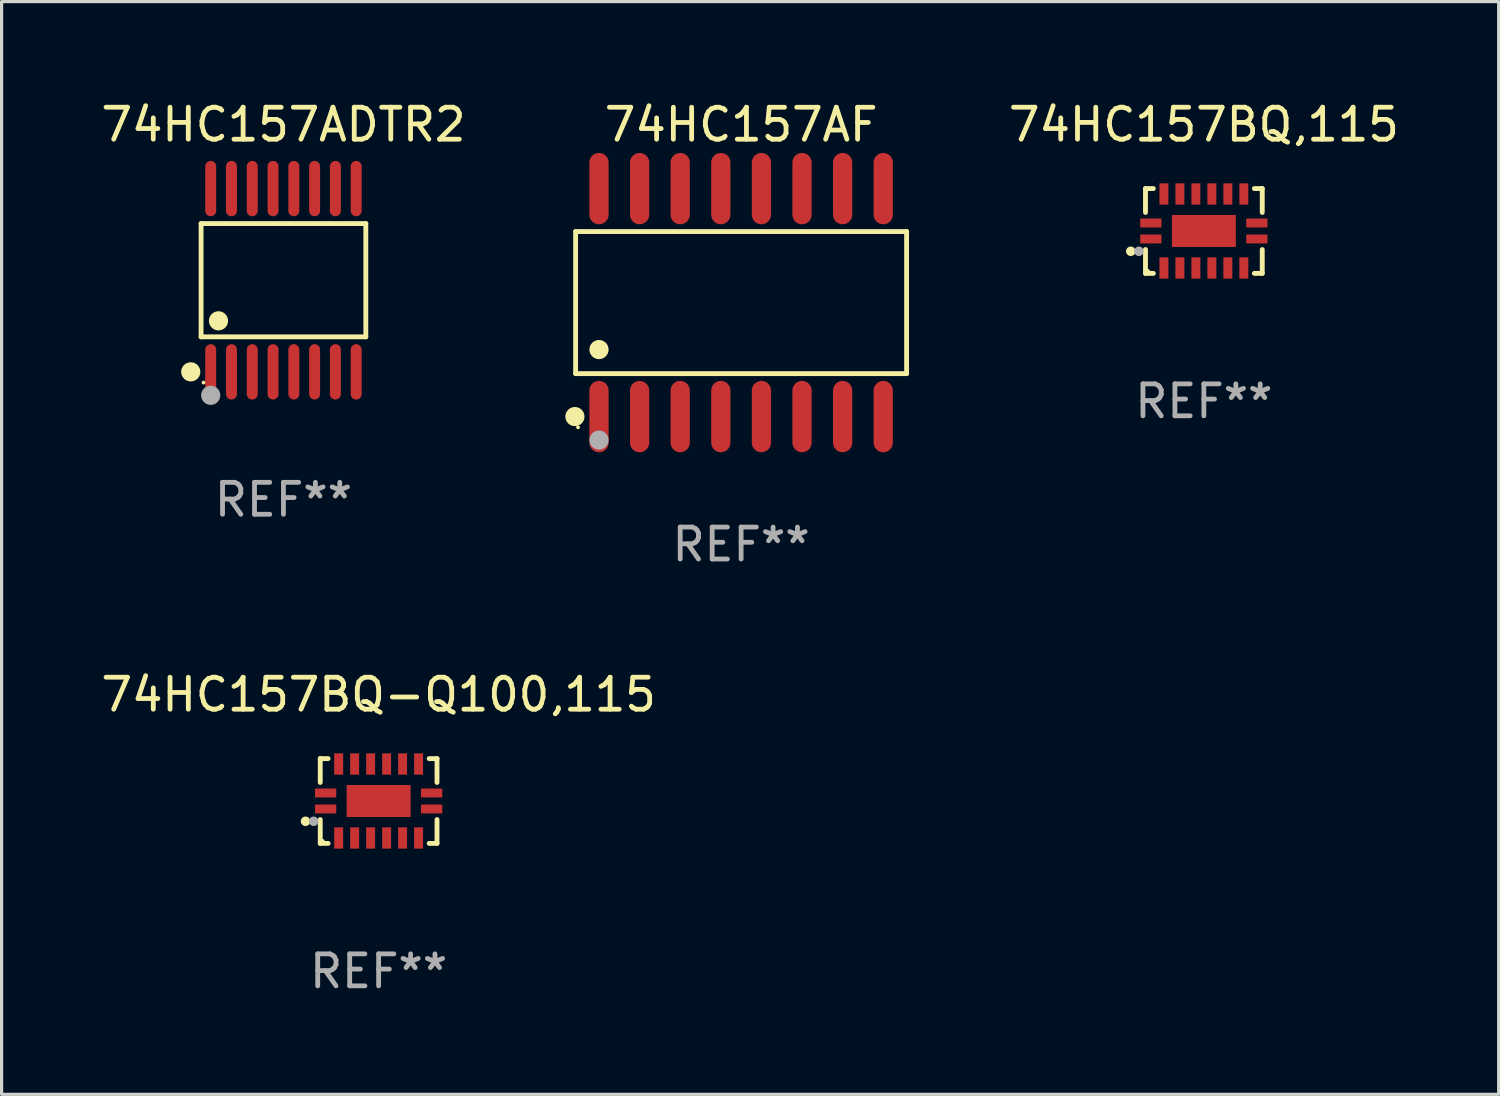
<source format=kicad_pcb>
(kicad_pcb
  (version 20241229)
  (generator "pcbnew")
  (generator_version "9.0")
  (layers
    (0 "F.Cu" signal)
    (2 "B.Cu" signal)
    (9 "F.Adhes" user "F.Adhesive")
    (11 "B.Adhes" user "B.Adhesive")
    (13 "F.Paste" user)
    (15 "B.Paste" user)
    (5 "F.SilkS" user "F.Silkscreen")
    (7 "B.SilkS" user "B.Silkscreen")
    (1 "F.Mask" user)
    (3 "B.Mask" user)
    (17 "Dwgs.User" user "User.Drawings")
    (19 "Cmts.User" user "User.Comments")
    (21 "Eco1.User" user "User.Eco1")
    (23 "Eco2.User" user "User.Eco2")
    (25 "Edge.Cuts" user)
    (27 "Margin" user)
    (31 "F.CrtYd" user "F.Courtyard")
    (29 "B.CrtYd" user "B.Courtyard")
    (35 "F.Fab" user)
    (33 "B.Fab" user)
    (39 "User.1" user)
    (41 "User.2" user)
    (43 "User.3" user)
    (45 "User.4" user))
  (footprint "74HC157BQ-Q100,115"
    (layer "F.Cu")
    (at 8.792 22.002)
    (property "Reference" "74HC157BQ-Q100,115" (at 0 -3.326 0) (layer "F.SilkS") (effects (font (size 1 1) (thickness 0.15))))
    (attr through_hole)
    (fp_line (start -1.826 -1.326) (end -1.58 -1.326) (stroke (width 0.152) (type solid)) (layer "F.SilkS"))
    (fp_line (start -1.826 -0.58) (end -1.826 -1.326) (stroke (width 0.152) (type solid)) (layer "F.SilkS"))
    (fp_line (start -1.826 0.58) (end -1.826 1.326) (stroke (width 0.152) (type solid)) (layer "F.SilkS"))
    (fp_line (start -1.826 1.326) (end -1.58 1.326) (stroke (width 0.152) (type solid)) (layer "F.SilkS"))
    (fp_line (start 1.826 -1.326) (end 1.58 -1.326) (stroke (width 0.152) (type solid)) (layer "F.SilkS"))
    (fp_line (start 1.826 -0.58) (end 1.826 -1.326) (stroke (width 0.152) (type solid)) (layer "F.SilkS"))
    (fp_line (start 1.826 0.58) (end 1.826 1.326) (stroke (width 0.152) (type solid)) (layer "F.SilkS"))
    (fp_line (start 1.826 1.326) (end 1.58 1.326) (stroke (width 0.152) (type solid)) (layer "F.SilkS"))
    (fp_circle (center -2.286 0.635) (end -2.211 0.635) (stroke (width 0.15) (type solid)) (fill no) (layer "F.SilkS"))
    (fp_circle (center -1.75 1.25) (end -1.72 1.25) (stroke (width 0.06) (type solid)) (fill no) (layer "F.SilkS"))
    (fp_circle (center -2.032 0.635) (end -1.957 0.635) (stroke (width 0.15) (type solid)) (fill no) (layer "F.Fab"))
    (fp_text user "REF**" (at 0 5.326 0) (layer "F.Fab") (effects (font (size 1 1) (thickness 0.15))))
    (pad "1" smd rect (at -1.658 0.25) (size 0.665 0.28) (layers "F.Cu" "F.Mask" "F.Paste"))
    (pad "2" smd rect (at -1.25 1.157) (size 0.28 0.665) (layers "F.Cu" "F.Mask" "F.Paste"))
    (pad "3" smd rect (at -0.75 1.157) (size 0.28 0.665) (layers "F.Cu" "F.Mask" "F.Paste"))
    (pad "4" smd rect (at -0.25 1.157) (size 0.28 0.665) (layers "F.Cu" "F.Mask" "F.Paste"))
    (pad "5" smd rect (at 0.25 1.157) (size 0.28 0.665) (layers "F.Cu" "F.Mask" "F.Paste"))
    (pad "6" smd rect (at 0.75 1.157) (size 0.28 0.665) (layers "F.Cu" "F.Mask" "F.Paste"))
    (pad "7" smd rect (at 1.25 1.157) (size 0.28 0.665) (layers "F.Cu" "F.Mask" "F.Paste"))
    (pad "8" smd rect (at 1.658 0.25) (size 0.665 0.28) (layers "F.Cu" "F.Mask" "F.Paste"))
    (pad "9" smd rect (at 1.658 -0.25) (size 0.665 0.28) (layers "F.Cu" "F.Mask" "F.Paste"))
    (pad "10" smd rect (at 1.25 -1.157) (size 0.28 0.665) (layers "F.Cu" "F.Mask" "F.Paste"))
    (pad "11" smd rect (at 0.75 -1.157) (size 0.28 0.665) (layers "F.Cu" "F.Mask" "F.Paste"))
    (pad "12" smd rect (at 0.25 -1.157) (size 0.28 0.665) (layers "F.Cu" "F.Mask" "F.Paste"))
    (pad "13" smd rect (at -0.25 -1.157) (size 0.28 0.665) (layers "F.Cu" "F.Mask" "F.Paste"))
    (pad "14" smd rect (at -0.75 -1.157) (size 0.28 0.665) (layers "F.Cu" "F.Mask" "F.Paste"))
    (pad "15" smd rect (at -1.25 -1.157) (size 0.28 0.665) (layers "F.Cu" "F.Mask" "F.Paste"))
    (pad "16" smd rect (at -1.658 -0.25) (size 0.665 0.28) (layers "F.Cu" "F.Mask" "F.Paste"))
    (pad "17" smd rect (at 0 0) (size 2 1) (layers "F.Cu" "F.Mask" "F.Paste")))
  (footprint "74HC157ADTR2"
    (layer "F.Cu")
    (at 5.815 5.714)
    (property "Reference" "74HC157ADTR2" (at 0 -4.866 0) (layer "F.SilkS") (effects (font (size 1 1) (thickness 0.15))))
    (attr through_hole)
    (fp_line (start -2.576 -1.772) (end 2.576 -1.772) (stroke (width 0.152) (type solid)) (layer "F.SilkS"))
    (fp_line (start -2.576 1.771) (end -2.576 -1.772) (stroke (width 0.152) (type solid)) (layer "F.SilkS"))
    (fp_line (start 2.576 -1.772) (end 2.576 1.771) (stroke (width 0.152) (type solid)) (layer "F.SilkS"))
    (fp_line (start 2.576 1.771) (end -2.576 1.771) (stroke (width 0.152) (type solid)) (layer "F.SilkS"))
    (fp_circle (center -2.899 2.866) (end -2.749 2.866) (stroke (width 0.3) (type solid)) (fill no) (layer "F.SilkS"))
    (fp_circle (center -2.5 3.2) (end -2.47 3.2) (stroke (width 0.06) (type solid)) (fill no) (layer "F.SilkS"))
    (fp_circle (center -2.032 1.27) (end -1.882 1.27) (stroke (width 0.3) (type solid)) (fill no) (layer "F.SilkS"))
    (fp_circle (center -2.275 3.6) (end -2.125 3.6) (stroke (width 0.3) (type solid)) (fill no) (layer "F.Fab"))
    (fp_text user "REF**" (at 0 6.866 0) (layer "F.Fab") (effects (font (size 1 1) (thickness 0.15))))
    (pad "1" smd oval (at -2.275 2.866) (size 0.343 1.731) (layers "F.Cu" "F.Mask" "F.Paste"))
    (pad "2" smd oval (at -1.625 2.866) (size 0.343 1.731) (layers "F.Cu" "F.Mask" "F.Paste"))
    (pad "3" smd oval (at -0.975 2.866) (size 0.343 1.731) (layers "F.Cu" "F.Mask" "F.Paste"))
    (pad "4" smd oval (at -0.325 2.866) (size 0.343 1.731) (layers "F.Cu" "F.Mask" "F.Paste"))
    (pad "5" smd oval (at 0.325 2.866) (size 0.343 1.731) (layers "F.Cu" "F.Mask" "F.Paste"))
    (pad "6" smd oval (at 0.975 2.866) (size 0.343 1.731) (layers "F.Cu" "F.Mask" "F.Paste"))
    (pad "7" smd oval (at 1.625 2.866) (size 0.343 1.731) (layers "F.Cu" "F.Mask" "F.Paste"))
    (pad "8" smd oval (at 2.275 2.866) (size 0.343 1.731) (layers "F.Cu" "F.Mask" "F.Paste"))
    (pad "9" smd oval (at 2.275 -2.866) (size 0.343 1.731) (layers "F.Cu" "F.Mask" "F.Paste"))
    (pad "10" smd oval (at 1.625 -2.866) (size 0.343 1.731) (layers "F.Cu" "F.Mask" "F.Paste"))
    (pad "11" smd oval (at 0.975 -2.866) (size 0.343 1.731) (layers "F.Cu" "F.Mask" "F.Paste"))
    (pad "12" smd oval (at 0.325 -2.866) (size 0.343 1.731) (layers "F.Cu" "F.Mask" "F.Paste"))
    (pad "13" smd oval (at -0.325 -2.866) (size 0.343 1.731) (layers "F.Cu" "F.Mask" "F.Paste"))
    (pad "14" smd oval (at -0.975 -2.866) (size 0.343 1.731) (layers "F.Cu" "F.Mask" "F.Paste"))
    (pad "15" smd oval (at -1.625 -2.866) (size 0.343 1.731) (layers "F.Cu" "F.Mask" "F.Paste"))
    (pad "16" smd oval (at -2.275 -2.866) (size 0.343 1.731) (layers "F.Cu" "F.Mask" "F.Paste")))
  (footprint "74HC157AF"
    (layer "F.Cu")
    (at 20.129 6.414)
    (property "Reference" "74HC157AF" (at 0 -5.565 0) (layer "F.SilkS") (effects (font (size 1 1) (thickness 0.15))))
    (attr through_hole)
    (fp_line (start -5.176 -2.221) (end 5.176 -2.221) (stroke (width 0.152) (type solid)) (layer "F.SilkS"))
    (fp_line (start -5.176 2.221) (end -5.176 -2.221) (stroke (width 0.152) (type solid)) (layer "F.SilkS"))
    (fp_line (start 5.176 -2.221) (end 5.176 2.221) (stroke (width 0.152) (type solid)) (layer "F.SilkS"))
    (fp_line (start 5.176 2.221) (end -5.176 2.221) (stroke (width 0.152) (type solid)) (layer "F.SilkS"))
    (fp_circle (center -5.198 3.565) (end -5.048 3.565) (stroke (width 0.3) (type solid)) (fill no) (layer "F.SilkS"))
    (fp_circle (center -5.1 3.9) (end -5.07 3.9) (stroke (width 0.06) (type solid)) (fill no) (layer "F.SilkS"))
    (fp_circle (center -4.445 1.469) (end -4.295 1.469) (stroke (width 0.3) (type solid)) (fill no) (layer "F.SilkS"))
    (fp_circle (center -4.445 4.3) (end -4.295 4.3) (stroke (width 0.3) (type solid)) (fill no) (layer "F.Fab"))
    (fp_text user "REF**" (at 0 7.565 0) (layer "F.Fab") (effects (font (size 1 1) (thickness 0.15))))
    (pad "1" smd oval (at -4.445 3.565) (size 0.602 2.231) (layers "F.Cu" "F.Mask" "F.Paste"))
    (pad "2" smd oval (at -3.175 3.565) (size 0.602 2.231) (layers "F.Cu" "F.Mask" "F.Paste"))
    (pad "3" smd oval (at -1.905 3.565) (size 0.602 2.231) (layers "F.Cu" "F.Mask" "F.Paste"))
    (pad "4" smd oval (at -0.635 3.565) (size 0.602 2.231) (layers "F.Cu" "F.Mask" "F.Paste"))
    (pad "5" smd oval (at 0.635 3.565) (size 0.602 2.231) (layers "F.Cu" "F.Mask" "F.Paste"))
    (pad "6" smd oval (at 1.905 3.565) (size 0.602 2.231) (layers "F.Cu" "F.Mask" "F.Paste"))
    (pad "7" smd oval (at 3.175 3.565) (size 0.602 2.231) (layers "F.Cu" "F.Mask" "F.Paste"))
    (pad "8" smd oval (at 4.445 3.565) (size 0.602 2.231) (layers "F.Cu" "F.Mask" "F.Paste"))
    (pad "9" smd oval (at 4.445 -3.565) (size 0.602 2.231) (layers "F.Cu" "F.Mask" "F.Paste"))
    (pad "10" smd oval (at 3.175 -3.565) (size 0.602 2.231) (layers "F.Cu" "F.Mask" "F.Paste"))
    (pad "11" smd oval (at 1.905 -3.565) (size 0.602 2.231) (layers "F.Cu" "F.Mask" "F.Paste"))
    (pad "12" smd oval (at 0.635 -3.565) (size 0.602 2.231) (layers "F.Cu" "F.Mask" "F.Paste"))
    (pad "13" smd oval (at -0.635 -3.565) (size 0.602 2.231) (layers "F.Cu" "F.Mask" "F.Paste"))
    (pad "14" smd oval (at -1.905 -3.565) (size 0.602 2.231) (layers "F.Cu" "F.Mask" "F.Paste"))
    (pad "15" smd oval (at -3.175 -3.565) (size 0.602 2.231) (layers "F.Cu" "F.Mask" "F.Paste"))
    (pad "16" smd oval (at -4.445 -3.565) (size 0.602 2.231) (layers "F.Cu" "F.Mask" "F.Paste")))
  (footprint "74HC157BQ,115"
    (layer "F.Cu")
    (at 34.602 4.174)
    (property "Reference" "74HC157BQ,115" (at 0 -3.326 0) (layer "F.SilkS") (effects (font (size 1 1) (thickness 0.15))))
    (attr through_hole)
    (fp_line (start -1.826 -1.326) (end -1.58 -1.326) (stroke (width 0.152) (type solid)) (layer "F.SilkS"))
    (fp_line (start -1.826 -0.58) (end -1.826 -1.326) (stroke (width 0.152) (type solid)) (layer "F.SilkS"))
    (fp_line (start -1.826 0.58) (end -1.826 1.326) (stroke (width 0.152) (type solid)) (layer "F.SilkS"))
    (fp_line (start -1.826 1.326) (end -1.58 1.326) (stroke (width 0.152) (type solid)) (layer "F.SilkS"))
    (fp_line (start 1.826 -1.326) (end 1.58 -1.326) (stroke (width 0.152) (type solid)) (layer "F.SilkS"))
    (fp_line (start 1.826 -0.58) (end 1.826 -1.326) (stroke (width 0.152) (type solid)) (layer "F.SilkS"))
    (fp_line (start 1.826 0.58) (end 1.826 1.326) (stroke (width 0.152) (type solid)) (layer "F.SilkS"))
    (fp_line (start 1.826 1.326) (end 1.58 1.326) (stroke (width 0.152) (type solid)) (layer "F.SilkS"))
    (fp_circle (center -2.286 0.635) (end -2.211 0.635) (stroke (width 0.15) (type solid)) (fill no) (layer "F.SilkS"))
    (fp_circle (center -1.75 1.25) (end -1.72 1.25) (stroke (width 0.06) (type solid)) (fill no) (layer "F.SilkS"))
    (fp_circle (center -2.032 0.635) (end -1.957 0.635) (stroke (width 0.15) (type solid)) (fill no) (layer "F.Fab"))
    (fp_text user "REF**" (at 0 5.326 0) (layer "F.Fab") (effects (font (size 1 1) (thickness 0.15))))
    (pad "1" smd rect (at -1.658 0.25) (size 0.665 0.28) (layers "F.Cu" "F.Mask" "F.Paste"))
    (pad "2" smd rect (at -1.25 1.157) (size 0.28 0.665) (layers "F.Cu" "F.Mask" "F.Paste"))
    (pad "3" smd rect (at -0.75 1.157) (size 0.28 0.665) (layers "F.Cu" "F.Mask" "F.Paste"))
    (pad "4" smd rect (at -0.25 1.157) (size 0.28 0.665) (layers "F.Cu" "F.Mask" "F.Paste"))
    (pad "5" smd rect (at 0.25 1.157) (size 0.28 0.665) (layers "F.Cu" "F.Mask" "F.Paste"))
    (pad "6" smd rect (at 0.75 1.157) (size 0.28 0.665) (layers "F.Cu" "F.Mask" "F.Paste"))
    (pad "7" smd rect (at 1.25 1.157) (size 0.28 0.665) (layers "F.Cu" "F.Mask" "F.Paste"))
    (pad "8" smd rect (at 1.658 0.25) (size 0.665 0.28) (layers "F.Cu" "F.Mask" "F.Paste"))
    (pad "9" smd rect (at 1.658 -0.25) (size 0.665 0.28) (layers "F.Cu" "F.Mask" "F.Paste"))
    (pad "10" smd rect (at 1.25 -1.157) (size 0.28 0.665) (layers "F.Cu" "F.Mask" "F.Paste"))
    (pad "11" smd rect (at 0.75 -1.157) (size 0.28 0.665) (layers "F.Cu" "F.Mask" "F.Paste"))
    (pad "12" smd rect (at 0.25 -1.157) (size 0.28 0.665) (layers "F.Cu" "F.Mask" "F.Paste"))
    (pad "13" smd rect (at -0.25 -1.157) (size 0.28 0.665) (layers "F.Cu" "F.Mask" "F.Paste"))
    (pad "14" smd rect (at -0.75 -1.157) (size 0.28 0.665) (layers "F.Cu" "F.Mask" "F.Paste"))
    (pad "15" smd rect (at -1.25 -1.157) (size 0.28 0.665) (layers "F.Cu" "F.Mask" "F.Paste"))
    (pad "16" smd rect (at -1.658 -0.25) (size 0.665 0.28) (layers "F.Cu" "F.Mask" "F.Paste"))
    (pad "17" smd rect (at 0 0) (size 2 1) (layers "F.Cu" "F.Mask" "F.Paste")))
  (gr_rect
    (start -3 -3)
    (end 43.822 31.176)
    (stroke (width 0.1) (type default))
    (fill no)
    (layer "Edge.Cuts")))
</source>
